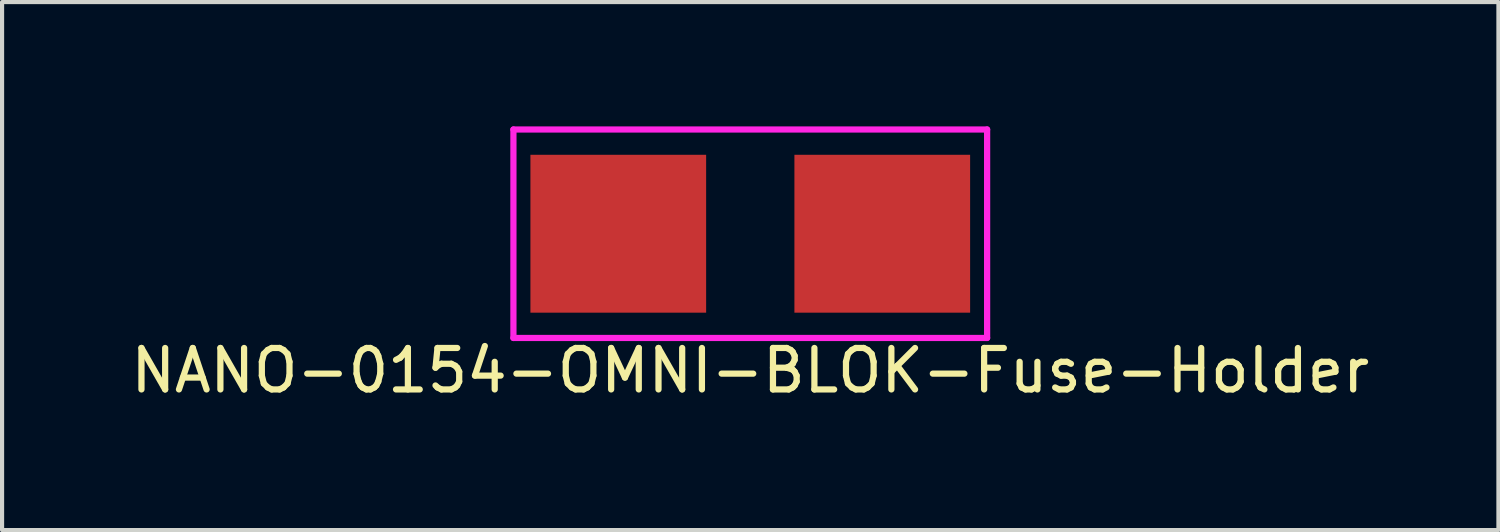
<source format=kicad_pcb>
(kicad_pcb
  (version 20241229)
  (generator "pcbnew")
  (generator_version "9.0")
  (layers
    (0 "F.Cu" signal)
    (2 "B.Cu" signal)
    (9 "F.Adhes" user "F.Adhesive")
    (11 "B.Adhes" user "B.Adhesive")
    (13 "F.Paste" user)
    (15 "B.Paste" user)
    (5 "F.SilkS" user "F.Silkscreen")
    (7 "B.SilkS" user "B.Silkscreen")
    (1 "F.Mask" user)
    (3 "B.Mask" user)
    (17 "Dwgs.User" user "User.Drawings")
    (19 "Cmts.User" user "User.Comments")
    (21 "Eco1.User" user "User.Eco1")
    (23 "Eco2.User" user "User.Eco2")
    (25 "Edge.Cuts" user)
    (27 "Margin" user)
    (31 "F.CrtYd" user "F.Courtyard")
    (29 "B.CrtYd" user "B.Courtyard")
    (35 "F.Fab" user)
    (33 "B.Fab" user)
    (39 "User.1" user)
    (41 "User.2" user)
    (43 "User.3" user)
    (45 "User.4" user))
  (footprint "NANO-0154-OMNI-BLOK-Fuse-Holder"
    (layer "F.Cu")
    (at 15.054 2.59)
    (property "Reference" "NANO-0154-OMNI-BLOK-Fuse-Holder" (at 0 3.302 0) (layer "F.SilkS") (effects (font (size 1 1) (thickness 0.15))))
    (attr smd)
    (fp_line (start -5.715 -2.515) (end -5.715 2.515) (stroke (width 0.15) (type solid)) (layer "F.CrtYd"))
    (fp_line (start -5.715 2.515) (end 5.715 2.515) (stroke (width 0.15) (type solid)) (layer "F.CrtYd"))
    (fp_line (start 5.715 -2.515) (end -5.715 -2.515) (stroke (width 0.15) (type solid)) (layer "F.CrtYd"))
    (fp_line (start 5.715 2.515) (end 5.715 -2.515) (stroke (width 0.15) (type solid)) (layer "F.CrtYd"))
    (pad "1" smd rect (at -3.185 0) (size 4.24 3.81) (layers "F.Cu" "F.Mask" "F.Paste"))
    (pad "2" smd rect (at 3.185 0) (size 4.24 3.81) (layers "F.Cu" "F.Mask" "F.Paste")))
  (gr_rect
    (start -3 -3)
    (end 33.107 9.74)
    (stroke (width 0.1) (type default))
    (fill no)
    (layer "Edge.Cuts")))
</source>
